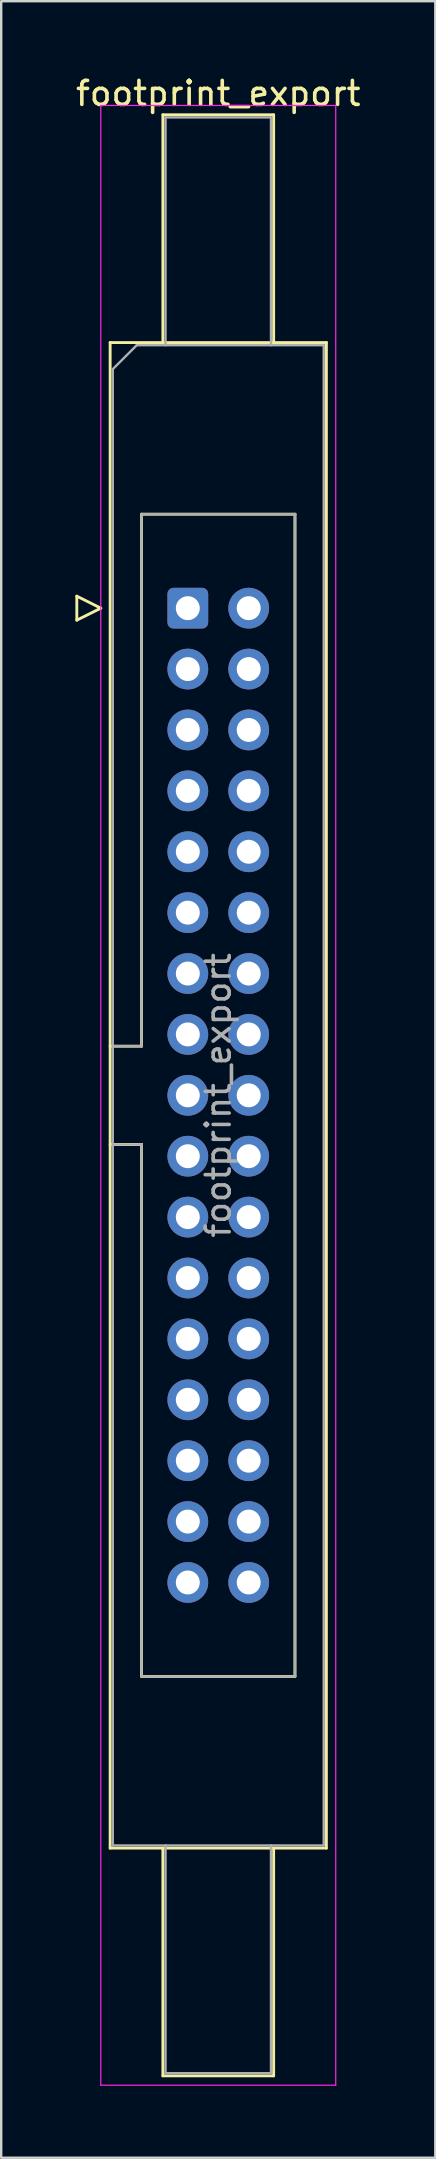
<source format=kicad_pcb>
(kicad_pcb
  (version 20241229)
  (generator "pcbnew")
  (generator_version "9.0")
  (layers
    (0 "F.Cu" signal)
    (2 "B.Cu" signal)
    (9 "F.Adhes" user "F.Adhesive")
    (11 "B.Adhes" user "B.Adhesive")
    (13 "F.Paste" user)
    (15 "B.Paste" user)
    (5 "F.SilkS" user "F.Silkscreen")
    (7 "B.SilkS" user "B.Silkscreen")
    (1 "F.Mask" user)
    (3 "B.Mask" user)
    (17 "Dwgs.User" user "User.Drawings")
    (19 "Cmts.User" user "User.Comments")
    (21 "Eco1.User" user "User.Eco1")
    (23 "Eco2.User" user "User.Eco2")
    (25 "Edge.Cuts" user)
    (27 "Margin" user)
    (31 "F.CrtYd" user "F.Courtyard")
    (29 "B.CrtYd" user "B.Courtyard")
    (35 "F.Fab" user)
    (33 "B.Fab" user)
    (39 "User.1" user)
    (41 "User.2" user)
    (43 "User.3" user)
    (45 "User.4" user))
  (footprint "footprint_export"
    (layer "F.Cu")
    (at 4.784 22.318)
    (property "Reference" "footprint_export" (at 1.27 -21.47 0) (layer "F.SilkS") (effects (font (size 1 1) (thickness 0.15))))
    (attr through_hole)
    (fp_line (start -4.63 -0.5) (end -4.63 0.5) (stroke (width 0.12) (type solid)) (layer "F.SilkS"))
    (fp_line (start -4.63 0.5) (end -3.63 0) (stroke (width 0.12) (type solid)) (layer "F.SilkS"))
    (fp_line (start -3.63 0) (end -4.63 -0.5) (stroke (width 0.12) (type solid)) (layer "F.SilkS"))
    (fp_line (start -3.24 -11.08) (end 5.78 -11.08) (stroke (width 0.12) (type solid)) (layer "F.SilkS"))
    (fp_line (start -3.24 18.27) (end -1.93 18.27) (stroke (width 0.12) (type solid)) (layer "F.SilkS"))
    (fp_line (start -3.24 51.72) (end -3.24 -11.08) (stroke (width 0.12) (type solid)) (layer "F.SilkS"))
    (fp_line (start -1.93 -3.92) (end 4.47 -3.92) (stroke (width 0.12) (type solid)) (layer "F.SilkS"))
    (fp_line (start -1.93 18.27) (end -1.93 -3.92) (stroke (width 0.12) (type solid)) (layer "F.SilkS"))
    (fp_line (start -1.93 22.37) (end -3.24 22.37) (stroke (width 0.12) (type solid)) (layer "F.SilkS"))
    (fp_line (start -1.93 22.37) (end -1.93 22.37) (stroke (width 0.12) (type solid)) (layer "F.SilkS"))
    (fp_line (start -1.93 44.56) (end -1.93 22.37) (stroke (width 0.12) (type solid)) (layer "F.SilkS"))
    (fp_line (start -1.04 -20.58) (end 3.58 -20.58) (stroke (width 0.12) (type solid)) (layer "F.SilkS"))
    (fp_line (start -1.04 -11.08) (end -1.04 -20.58) (stroke (width 0.12) (type solid)) (layer "F.SilkS"))
    (fp_line (start -1.04 51.72) (end -1.04 61.22) (stroke (width 0.12) (type solid)) (layer "F.SilkS"))
    (fp_line (start -1.04 61.22) (end 3.58 61.22) (stroke (width 0.12) (type solid)) (layer "F.SilkS"))
    (fp_line (start 3.58 -20.58) (end 3.58 -11.08) (stroke (width 0.12) (type solid)) (layer "F.SilkS"))
    (fp_line (start 3.58 61.22) (end 3.58 51.72) (stroke (width 0.12) (type solid)) (layer "F.SilkS"))
    (fp_line (start 4.47 -3.92) (end 4.47 44.56) (stroke (width 0.12) (type solid)) (layer "F.SilkS"))
    (fp_line (start 4.47 44.56) (end -1.93 44.56) (stroke (width 0.12) (type solid)) (layer "F.SilkS"))
    (fp_line (start 5.78 -11.08) (end 5.78 51.72) (stroke (width 0.12) (type solid)) (layer "F.SilkS"))
    (fp_line (start 5.78 51.72) (end -3.24 51.72) (stroke (width 0.12) (type solid)) (layer "F.SilkS"))
    (fp_line (start -3.63 -20.97) (end -3.63 61.61) (stroke (width 0.05) (type solid)) (layer "F.CrtYd"))
    (fp_line (start -3.63 61.61) (end 6.17 61.61) (stroke (width 0.05) (type solid)) (layer "F.CrtYd"))
    (fp_line (start 6.17 -20.97) (end -3.63 -20.97) (stroke (width 0.05) (type solid)) (layer "F.CrtYd"))
    (fp_line (start 6.17 61.61) (end 6.17 -20.97) (stroke (width 0.05) (type solid)) (layer "F.CrtYd"))
    (fp_line (start -3.13 -9.97) (end -2.13 -10.97) (stroke (width 0.1) (type solid)) (layer "F.Fab"))
    (fp_line (start -3.13 18.27) (end -1.93 18.27) (stroke (width 0.1) (type solid)) (layer "F.Fab"))
    (fp_line (start -3.13 51.61) (end -3.13 -9.97) (stroke (width 0.1) (type solid)) (layer "F.Fab"))
    (fp_line (start -2.13 -10.97) (end 5.67 -10.97) (stroke (width 0.1) (type solid)) (layer "F.Fab"))
    (fp_line (start -1.93 -3.92) (end 4.47 -3.92) (stroke (width 0.1) (type solid)) (layer "F.Fab"))
    (fp_line (start -1.93 18.27) (end -1.93 -3.92) (stroke (width 0.1) (type solid)) (layer "F.Fab"))
    (fp_line (start -1.93 22.37) (end -3.13 22.37) (stroke (width 0.1) (type solid)) (layer "F.Fab"))
    (fp_line (start -1.93 22.37) (end -1.93 22.37) (stroke (width 0.1) (type solid)) (layer "F.Fab"))
    (fp_line (start -1.93 44.56) (end -1.93 22.37) (stroke (width 0.1) (type solid)) (layer "F.Fab"))
    (fp_line (start -0.93 -20.47) (end 3.47 -20.47) (stroke (width 0.1) (type solid)) (layer "F.Fab"))
    (fp_line (start -0.93 -10.97) (end -0.93 -20.47) (stroke (width 0.1) (type solid)) (layer "F.Fab"))
    (fp_line (start -0.93 51.61) (end -0.93 61.11) (stroke (width 0.1) (type solid)) (layer "F.Fab"))
    (fp_line (start -0.93 61.11) (end 3.47 61.11) (stroke (width 0.1) (type solid)) (layer "F.Fab"))
    (fp_line (start 3.47 -20.47) (end 3.47 -10.97) (stroke (width 0.1) (type solid)) (layer "F.Fab"))
    (fp_line (start 3.47 61.11) (end 3.47 51.61) (stroke (width 0.1) (type solid)) (layer "F.Fab"))
    (fp_line (start 4.47 -3.92) (end 4.47 44.56) (stroke (width 0.1) (type solid)) (layer "F.Fab"))
    (fp_line (start 4.47 44.56) (end -1.93 44.56) (stroke (width 0.1) (type solid)) (layer "F.Fab"))
    (fp_line (start 5.67 -10.97) (end 5.67 51.61) (stroke (width 0.1) (type solid)) (layer "F.Fab"))
    (fp_line (start 5.67 51.61) (end -3.13 51.61) (stroke (width 0.1) (type solid)) (layer "F.Fab"))
    (fp_text user "${REFERENCE}" (at 1.27 20.32 90) (layer "F.Fab") (effects (font (size 1 1) (thickness 0.15))))
    (pad "1" thru_hole roundrect (at 0 0) (size 1.7 1.7) (drill 1) (layers "*.Cu" "*.Mask") (roundrect_rratio 0.147))
    (pad "2" thru_hole circle (at 2.54 0) (size 1.7 1.7) (drill 1) (layers "*.Cu" "*.Mask"))
    (pad "3" thru_hole circle (at 0 2.54) (size 1.7 1.7) (drill 1) (layers "*.Cu" "*.Mask"))
    (pad "4" thru_hole circle (at 2.54 2.54) (size 1.7 1.7) (drill 1) (layers "*.Cu" "*.Mask"))
    (pad "5" thru_hole circle (at 0 5.08) (size 1.7 1.7) (drill 1) (layers "*.Cu" "*.Mask"))
    (pad "6" thru_hole circle (at 2.54 5.08) (size 1.7 1.7) (drill 1) (layers "*.Cu" "*.Mask"))
    (pad "7" thru_hole circle (at 0 7.62) (size 1.7 1.7) (drill 1) (layers "*.Cu" "*.Mask"))
    (pad "8" thru_hole circle (at 2.54 7.62) (size 1.7 1.7) (drill 1) (layers "*.Cu" "*.Mask"))
    (pad "9" thru_hole circle (at 0 10.16) (size 1.7 1.7) (drill 1) (layers "*.Cu" "*.Mask"))
    (pad "10" thru_hole circle (at 2.54 10.16) (size 1.7 1.7) (drill 1) (layers "*.Cu" "*.Mask"))
    (pad "11" thru_hole circle (at 0 12.7) (size 1.7 1.7) (drill 1) (layers "*.Cu" "*.Mask"))
    (pad "12" thru_hole circle (at 2.54 12.7) (size 1.7 1.7) (drill 1) (layers "*.Cu" "*.Mask"))
    (pad "13" thru_hole circle (at 0 15.24) (size 1.7 1.7) (drill 1) (layers "*.Cu" "*.Mask"))
    (pad "14" thru_hole circle (at 2.54 15.24) (size 1.7 1.7) (drill 1) (layers "*.Cu" "*.Mask"))
    (pad "15" thru_hole circle (at 0 17.78) (size 1.7 1.7) (drill 1) (layers "*.Cu" "*.Mask"))
    (pad "16" thru_hole circle (at 2.54 17.78) (size 1.7 1.7) (drill 1) (layers "*.Cu" "*.Mask"))
    (pad "17" thru_hole circle (at 0 20.32) (size 1.7 1.7) (drill 1) (layers "*.Cu" "*.Mask"))
    (pad "18" thru_hole circle (at 2.54 20.32) (size 1.7 1.7) (drill 1) (layers "*.Cu" "*.Mask"))
    (pad "19" thru_hole circle (at 0 22.86) (size 1.7 1.7) (drill 1) (layers "*.Cu" "*.Mask"))
    (pad "20" thru_hole circle (at 2.54 22.86) (size 1.7 1.7) (drill 1) (layers "*.Cu" "*.Mask"))
    (pad "21" thru_hole circle (at 0 25.4) (size 1.7 1.7) (drill 1) (layers "*.Cu" "*.Mask"))
    (pad "22" thru_hole circle (at 2.54 25.4) (size 1.7 1.7) (drill 1) (layers "*.Cu" "*.Mask"))
    (pad "23" thru_hole circle (at 0 27.94) (size 1.7 1.7) (drill 1) (layers "*.Cu" "*.Mask"))
    (pad "24" thru_hole circle (at 2.54 27.94) (size 1.7 1.7) (drill 1) (layers "*.Cu" "*.Mask"))
    (pad "25" thru_hole circle (at 0 30.48) (size 1.7 1.7) (drill 1) (layers "*.Cu" "*.Mask"))
    (pad "26" thru_hole circle (at 2.54 30.48) (size 1.7 1.7) (drill 1) (layers "*.Cu" "*.Mask"))
    (pad "27" thru_hole circle (at 0 33.02) (size 1.7 1.7) (drill 1) (layers "*.Cu" "*.Mask"))
    (pad "28" thru_hole circle (at 2.54 33.02) (size 1.7 1.7) (drill 1) (layers "*.Cu" "*.Mask"))
    (pad "29" thru_hole circle (at 0 35.56) (size 1.7 1.7) (drill 1) (layers "*.Cu" "*.Mask"))
    (pad "30" thru_hole circle (at 2.54 35.56) (size 1.7 1.7) (drill 1) (layers "*.Cu" "*.Mask"))
    (pad "31" thru_hole circle (at 0 38.1) (size 1.7 1.7) (drill 1) (layers "*.Cu" "*.Mask"))
    (pad "32" thru_hole circle (at 2.54 38.1) (size 1.7 1.7) (drill 1) (layers "*.Cu" "*.Mask"))
    (pad "33" thru_hole circle (at 0 40.64) (size 1.7 1.7) (drill 1) (layers "*.Cu" "*.Mask"))
    (pad "34" thru_hole circle (at 2.54 40.64) (size 1.7 1.7) (drill 1) (layers "*.Cu" "*.Mask")))
  (gr_rect
    (start -3 -3)
    (end 15.107 86.953)
    (stroke (width 0.1) (type default))
    (fill no)
    (layer "Edge.Cuts")))
</source>
